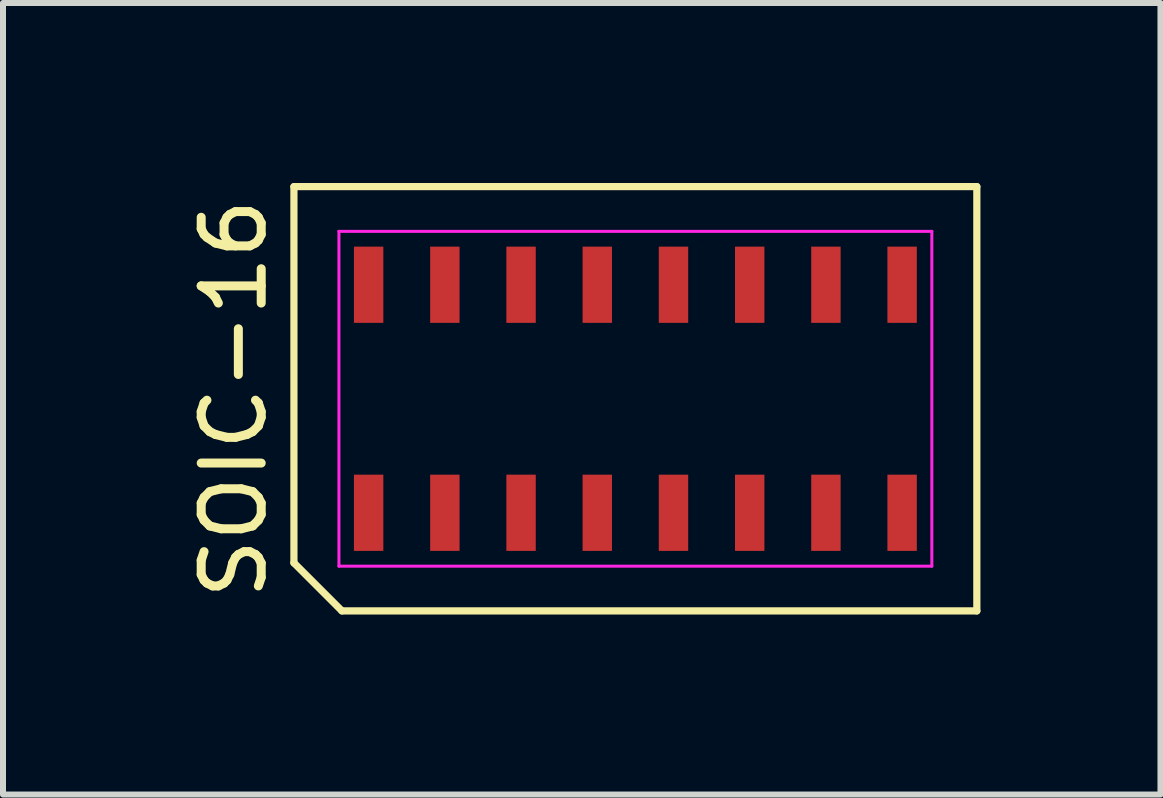
<source format=kicad_pcb>
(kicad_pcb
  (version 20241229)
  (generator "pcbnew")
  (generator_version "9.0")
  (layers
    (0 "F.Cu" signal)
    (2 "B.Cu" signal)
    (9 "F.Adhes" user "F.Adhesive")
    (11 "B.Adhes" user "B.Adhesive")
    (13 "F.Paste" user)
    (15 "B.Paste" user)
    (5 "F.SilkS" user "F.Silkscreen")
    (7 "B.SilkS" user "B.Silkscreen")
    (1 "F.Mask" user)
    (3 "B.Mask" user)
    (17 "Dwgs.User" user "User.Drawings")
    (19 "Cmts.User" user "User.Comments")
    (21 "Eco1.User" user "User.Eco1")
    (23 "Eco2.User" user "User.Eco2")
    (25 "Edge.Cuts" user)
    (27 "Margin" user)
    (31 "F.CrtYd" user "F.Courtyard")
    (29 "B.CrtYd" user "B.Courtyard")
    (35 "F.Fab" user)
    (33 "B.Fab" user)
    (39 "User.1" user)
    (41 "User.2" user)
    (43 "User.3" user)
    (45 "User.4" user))
  (footprint "SOIC-16"
    (layer "F.Cu")
    (at 7.538 3.595)
    (property "Reference" "SOIC-16" (at -6.69 0 90) (layer "F.SilkS") (effects (font (size 1 1) (thickness 0.15))))
    (attr smd)
    (fp_line (start -5.69 -3.535) (end 5.69 -3.535) (stroke (width 0.12) (type solid)) (layer "F.SilkS"))
    (fp_line (start -5.69 2.735) (end -5.69 -3.535) (stroke (width 0.12) (type solid)) (layer "F.SilkS"))
    (fp_line (start -4.89 3.535) (end -5.69 2.735) (stroke (width 0.12) (type solid)) (layer "F.SilkS"))
    (fp_line (start 5.69 -3.535) (end 5.69 3.535) (stroke (width 0.12) (type solid)) (layer "F.SilkS"))
    (fp_line (start 5.69 3.535) (end -4.89 3.535) (stroke (width 0.12) (type solid)) (layer "F.SilkS"))
    (fp_line (start -4.94 -2.79) (end 4.94 -2.79) (stroke (width 0.05) (type solid)) (layer "F.CrtYd"))
    (fp_line (start -4.94 2.79) (end -4.94 -2.79) (stroke (width 0.05) (type solid)) (layer "F.CrtYd"))
    (fp_line (start 4.94 -2.79) (end 4.94 2.79) (stroke (width 0.05) (type solid)) (layer "F.CrtYd"))
    (fp_line (start 4.94 2.79) (end -4.94 2.79) (stroke (width 0.05) (type solid)) (layer "F.CrtYd"))
    (pad "1" smd rect (at -4.445 1.9) (size 0.49 1.27) (layers "F.Cu" "F.Mask" "F.Paste"))
    (pad "2" smd rect (at -3.175 1.9) (size 0.49 1.27) (layers "F.Cu" "F.Mask" "F.Paste"))
    (pad "3" smd rect (at -1.905 1.9) (size 0.49 1.27) (layers "F.Cu" "F.Mask" "F.Paste"))
    (pad "4" smd rect (at -0.635 1.9) (size 0.49 1.27) (layers "F.Cu" "F.Mask" "F.Paste"))
    (pad "5" smd rect (at 0.635 1.9) (size 0.49 1.27) (layers "F.Cu" "F.Mask" "F.Paste"))
    (pad "6" smd rect (at 1.905 1.9) (size 0.49 1.27) (layers "F.Cu" "F.Mask" "F.Paste"))
    (pad "7" smd rect (at 3.175 1.9) (size 0.49 1.27) (layers "F.Cu" "F.Mask" "F.Paste"))
    (pad "8" smd rect (at 4.445 1.9) (size 0.49 1.27) (layers "F.Cu" "F.Mask" "F.Paste"))
    (pad "9" smd rect (at 4.445 -1.9) (size 0.49 1.27) (layers "F.Cu" "F.Mask" "F.Paste"))
    (pad "10" smd rect (at 3.175 -1.9) (size 0.49 1.27) (layers "F.Cu" "F.Mask" "F.Paste"))
    (pad "11" smd rect (at 1.905 -1.9) (size 0.49 1.27) (layers "F.Cu" "F.Mask" "F.Paste"))
    (pad "12" smd rect (at 0.635 -1.9) (size 0.49 1.27) (layers "F.Cu" "F.Mask" "F.Paste"))
    (pad "13" smd rect (at -0.635 -1.9) (size 0.49 1.27) (layers "F.Cu" "F.Mask" "F.Paste"))
    (pad "14" smd rect (at -1.905 -1.9) (size 0.49 1.27) (layers "F.Cu" "F.Mask" "F.Paste"))
    (pad "15" smd rect (at -3.175 -1.9) (size 0.49 1.27) (layers "F.Cu" "F.Mask" "F.Paste"))
    (pad "16" smd rect (at -4.445 -1.9) (size 0.49 1.27) (layers "F.Cu" "F.Mask" "F.Paste")))
  (gr_rect
    (start -3 -3)
    (end 16.288 10.19)
    (stroke (width 0.1) (type default))
    (fill no)
    (layer "Edge.Cuts")))
</source>
